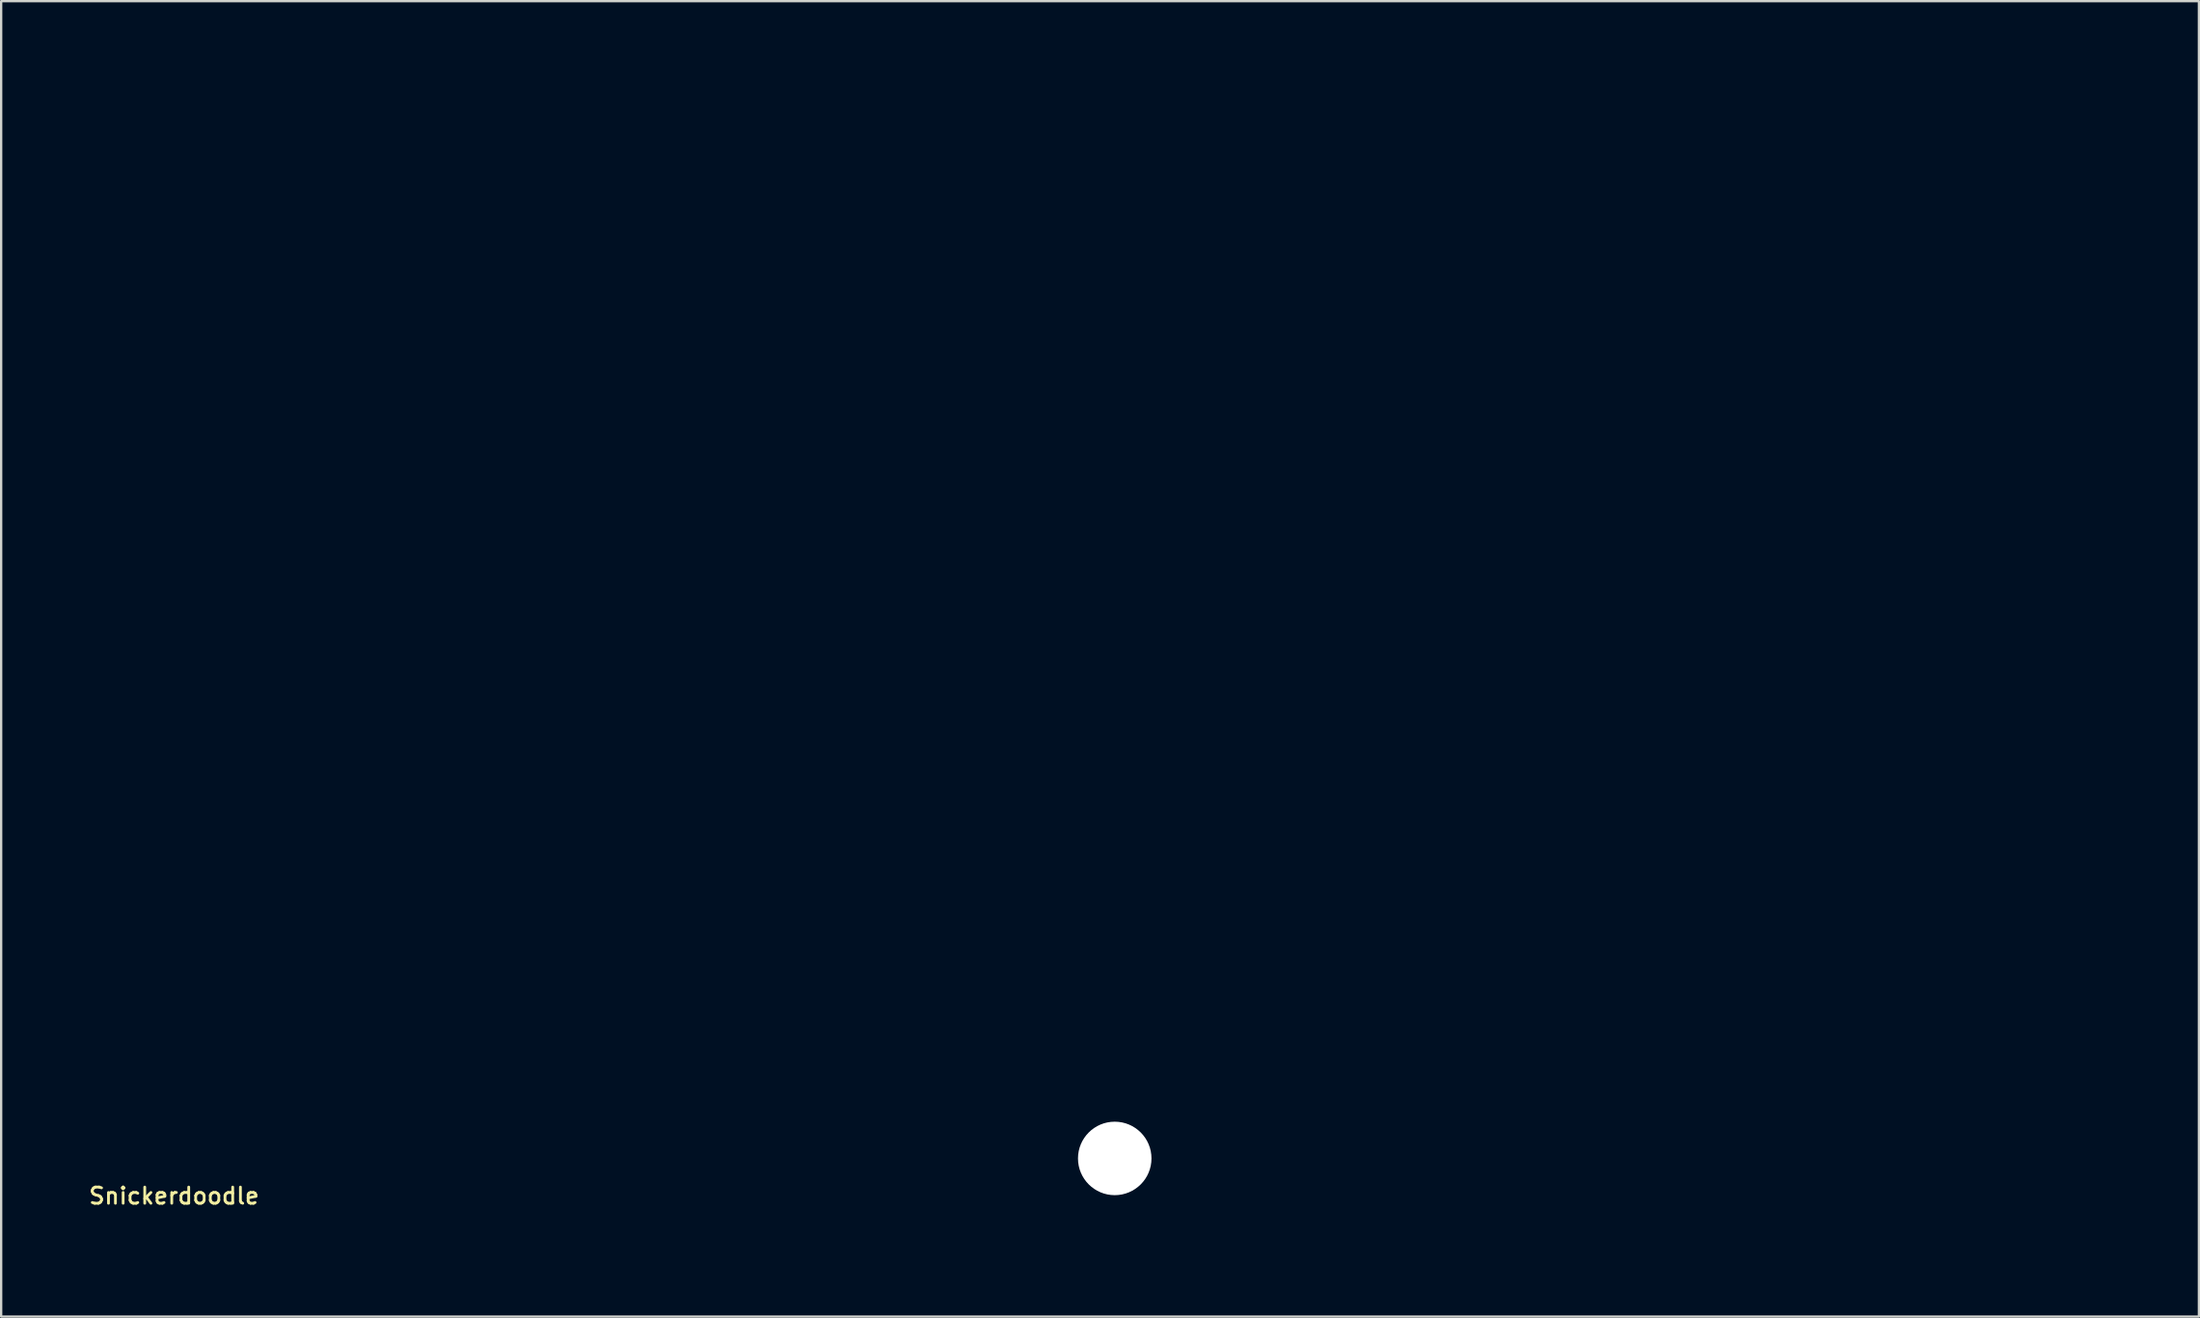
<source format=kicad_pcb>
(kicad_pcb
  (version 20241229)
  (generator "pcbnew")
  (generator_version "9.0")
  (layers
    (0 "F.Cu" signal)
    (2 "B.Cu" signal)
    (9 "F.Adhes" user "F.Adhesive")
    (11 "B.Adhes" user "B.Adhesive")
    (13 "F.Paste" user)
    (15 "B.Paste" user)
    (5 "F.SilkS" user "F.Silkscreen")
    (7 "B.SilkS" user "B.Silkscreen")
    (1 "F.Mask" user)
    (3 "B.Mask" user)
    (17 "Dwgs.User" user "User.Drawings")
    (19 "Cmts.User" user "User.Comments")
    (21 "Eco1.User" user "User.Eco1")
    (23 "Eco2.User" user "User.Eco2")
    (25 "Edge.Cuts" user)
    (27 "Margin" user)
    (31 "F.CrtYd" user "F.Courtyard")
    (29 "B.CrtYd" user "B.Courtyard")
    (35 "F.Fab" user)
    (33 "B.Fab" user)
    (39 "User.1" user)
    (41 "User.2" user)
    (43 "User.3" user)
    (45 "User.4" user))
  (footprint "Snickerdoodle"
    (layer "F.Cu")
    (at 4.47 48.285)
    (property "Reference" "Snickerdoodle" (at 0 0.35 0) (layer "F.SilkS") (effects (font (size 0.7 0.7) (thickness 0.12))))
    (attr exclude_from_pos_files exclude_from_bom)
    (fp_line (start -4.445 -48.26) (end -4.445 2.54) (stroke (width 0.05) (type solid)) (layer "Eco1.User"))
    (fp_line (start -4.445 2.54) (end 84.455 2.54) (stroke (width 0.05) (type solid)) (layer "Eco1.User"))
    (fp_line (start -0.635 -46.355) (end -0.635 -43.815) (stroke (width 0.05) (type solid)) (layer "Eco1.User"))
    (fp_line (start -0.635 -9.525) (end 24.765 -9.525) (stroke (width 0.05) (type solid)) (layer "Eco1.User"))
    (fp_line (start -0.635 -6.985) (end -0.635 -9.525) (stroke (width 0.05) (type solid)) (layer "Eco1.User"))
    (fp_line (start -0.635 -6.985) (end 24.765 -6.985) (stroke (width 0.05) (type solid)) (layer "Eco1.User"))
    (fp_line (start -0.635 -1.905) (end 24.765 -1.905) (stroke (width 0.05) (type solid)) (layer "Eco1.User"))
    (fp_line (start -0.635 0.635) (end -0.635 -1.905) (stroke (width 0.05) (type solid)) (layer "Eco1.User"))
    (fp_line (start -0.635 0.635) (end 24.765 0.635) (stroke (width 0.05) (type solid)) (layer "Eco1.User"))
    (fp_line (start -0.5 -7.62) (end 0 -7.62) (stroke (width 0.05) (type solid)) (layer "Eco1.User"))
    (fp_line (start -0.5 0) (end 0 0) (stroke (width 0.05) (type solid)) (layer "Eco1.User"))
    (fp_line (start 0 -8.12) (end 0 -7.62) (stroke (width 0.05) (type solid)) (layer "Eco1.User"))
    (fp_line (start 0 -7.12) (end 0 -7.62) (stroke (width 0.05) (type solid)) (layer "Eco1.User"))
    (fp_line (start 0 -0.5) (end 0 0) (stroke (width 0.05) (type solid)) (layer "Eco1.User"))
    (fp_line (start 0 0.5) (end 0 0) (stroke (width 0.05) (type solid)) (layer "Eco1.User"))
    (fp_line (start 0.5 -7.62) (end 0 -7.62) (stroke (width 0.05) (type solid)) (layer "Eco1.User"))
    (fp_line (start 0.5 0) (end 0 0) (stroke (width 0.05) (type solid)) (layer "Eco1.User"))
    (fp_line (start 8.39 -45.085) (end 8.89 -45.085) (stroke (width 0.05) (type solid)) (layer "Eco1.User"))
    (fp_line (start 8.89 -45.585) (end 8.89 -45.085) (stroke (width 0.05) (type solid)) (layer "Eco1.User"))
    (fp_line (start 8.89 -44.585) (end 8.89 -45.085) (stroke (width 0.05) (type solid)) (layer "Eco1.User"))
    (fp_line (start 9.39 -45.085) (end 8.89 -45.085) (stroke (width 0.05) (type solid)) (layer "Eco1.User"))
    (fp_line (start 11.565 -8.255) (end 12.065 -8.255) (stroke (width 0.05) (type solid)) (layer "Eco1.User"))
    (fp_line (start 11.565 -0.635) (end 12.065 -0.635) (stroke (width 0.05) (type solid)) (layer "Eco1.User"))
    (fp_line (start 12.065 -8.755) (end 12.065 -8.255) (stroke (width 0.05) (type solid)) (layer "Eco1.User"))
    (fp_line (start 12.065 -7.755) (end 12.065 -8.255) (stroke (width 0.05) (type solid)) (layer "Eco1.User"))
    (fp_line (start 12.065 -1.135) (end 12.065 -0.635) (stroke (width 0.05) (type solid)) (layer "Eco1.User"))
    (fp_line (start 12.065 -0.135) (end 12.065 -0.635) (stroke (width 0.05) (type solid)) (layer "Eco1.User"))
    (fp_line (start 12.565 -8.255) (end 12.065 -8.255) (stroke (width 0.05) (type solid)) (layer "Eco1.User"))
    (fp_line (start 12.565 -0.635) (end 12.065 -0.635) (stroke (width 0.05) (type solid)) (layer "Eco1.User"))
    (fp_line (start 17.28 -45.72) (end 17.78 -45.72) (stroke (width 0.05) (type solid)) (layer "Eco1.User"))
    (fp_line (start 17.78 -46.22) (end 17.78 -45.72) (stroke (width 0.05) (type solid)) (layer "Eco1.User"))
    (fp_line (start 17.78 -45.22) (end 17.78 -45.72) (stroke (width 0.05) (type solid)) (layer "Eco1.User"))
    (fp_line (start 18.28 -45.72) (end 17.78 -45.72) (stroke (width 0.05) (type solid)) (layer "Eco1.User"))
    (fp_line (start 18.415 -46.355) (end -0.635 -46.355) (stroke (width 0.05) (type solid)) (layer "Eco1.User"))
    (fp_line (start 18.415 -46.355) (end 18.415 -43.815) (stroke (width 0.05) (type solid)) (layer "Eco1.User"))
    (fp_line (start 18.415 -43.815) (end -0.635 -43.815) (stroke (width 0.05) (type solid)) (layer "Eco1.User"))
    (fp_line (start 24.765 -6.985) (end 24.765 -9.525) (stroke (width 0.05) (type solid)) (layer "Eco1.User"))
    (fp_line (start 24.765 0.635) (end 24.765 -1.905) (stroke (width 0.05) (type solid)) (layer "Eco1.User"))
    (fp_line (start 55.245 -46.355) (end 55.245 -43.815) (stroke (width 0.05) (type solid)) (layer "Eco1.User"))
    (fp_line (start 55.245 -38.735) (end 55.245 -36.195) (stroke (width 0.05) (type solid)) (layer "Eco1.User"))
    (fp_line (start 55.245 -9.525) (end 80.645 -9.525) (stroke (width 0.05) (type solid)) (layer "Eco1.User"))
    (fp_line (start 55.245 -6.985) (end 55.245 -9.525) (stroke (width 0.05) (type solid)) (layer "Eco1.User"))
    (fp_line (start 55.245 -6.985) (end 80.645 -6.985) (stroke (width 0.05) (type solid)) (layer "Eco1.User"))
    (fp_line (start 55.245 -1.905) (end 80.645 -1.905) (stroke (width 0.05) (type solid)) (layer "Eco1.User"))
    (fp_line (start 55.245 0.635) (end 55.245 -1.905) (stroke (width 0.05) (type solid)) (layer "Eco1.User"))
    (fp_line (start 55.245 0.635) (end 80.645 0.635) (stroke (width 0.05) (type solid)) (layer "Eco1.User"))
    (fp_line (start 55.38 -7.62) (end 55.88 -7.62) (stroke (width 0.05) (type solid)) (layer "Eco1.User"))
    (fp_line (start 55.38 0) (end 55.88 0) (stroke (width 0.05) (type solid)) (layer "Eco1.User"))
    (fp_line (start 55.88 -8.12) (end 55.88 -7.62) (stroke (width 0.05) (type solid)) (layer "Eco1.User"))
    (fp_line (start 55.88 -7.12) (end 55.88 -7.62) (stroke (width 0.05) (type solid)) (layer "Eco1.User"))
    (fp_line (start 55.88 -0.5) (end 55.88 0) (stroke (width 0.05) (type solid)) (layer "Eco1.User"))
    (fp_line (start 55.88 0.5) (end 55.88 0) (stroke (width 0.05) (type solid)) (layer "Eco1.User"))
    (fp_line (start 56.38 -7.62) (end 55.88 -7.62) (stroke (width 0.05) (type solid)) (layer "Eco1.User"))
    (fp_line (start 56.38 0) (end 55.88 0) (stroke (width 0.05) (type solid)) (layer "Eco1.User"))
    (fp_line (start 67.445 -45.085) (end 67.945 -45.085) (stroke (width 0.05) (type solid)) (layer "Eco1.User"))
    (fp_line (start 67.445 -37.465) (end 67.945 -37.465) (stroke (width 0.05) (type solid)) (layer "Eco1.User"))
    (fp_line (start 67.445 -8.255) (end 67.945 -8.255) (stroke (width 0.05) (type solid)) (layer "Eco1.User"))
    (fp_line (start 67.445 -0.635) (end 67.945 -0.635) (stroke (width 0.05) (type solid)) (layer "Eco1.User"))
    (fp_line (start 67.945 -45.585) (end 67.945 -45.085) (stroke (width 0.05) (type solid)) (layer "Eco1.User"))
    (fp_line (start 67.945 -44.585) (end 67.945 -45.085) (stroke (width 0.05) (type solid)) (layer "Eco1.User"))
    (fp_line (start 67.945 -37.965) (end 67.945 -37.465) (stroke (width 0.05) (type solid)) (layer "Eco1.User"))
    (fp_line (start 67.945 -36.965) (end 67.945 -37.465) (stroke (width 0.05) (type solid)) (layer "Eco1.User"))
    (fp_line (start 67.945 -8.755) (end 67.945 -8.255) (stroke (width 0.05) (type solid)) (layer "Eco1.User"))
    (fp_line (start 67.945 -7.755) (end 67.945 -8.255) (stroke (width 0.05) (type solid)) (layer "Eco1.User"))
    (fp_line (start 67.945 -1.135) (end 67.945 -0.635) (stroke (width 0.05) (type solid)) (layer "Eco1.User"))
    (fp_line (start 67.945 -0.135) (end 67.945 -0.635) (stroke (width 0.05) (type solid)) (layer "Eco1.User"))
    (fp_line (start 68.445 -45.085) (end 67.945 -45.085) (stroke (width 0.05) (type solid)) (layer "Eco1.User"))
    (fp_line (start 68.445 -37.465) (end 67.945 -37.465) (stroke (width 0.05) (type solid)) (layer "Eco1.User"))
    (fp_line (start 68.445 -8.255) (end 67.945 -8.255) (stroke (width 0.05) (type solid)) (layer "Eco1.User"))
    (fp_line (start 68.445 -0.635) (end 67.945 -0.635) (stroke (width 0.05) (type solid)) (layer "Eco1.User"))
    (fp_line (start 79.51 -45.72) (end 80.01 -45.72) (stroke (width 0.05) (type solid)) (layer "Eco1.User"))
    (fp_line (start 79.51 -38.1) (end 80.01 -38.1) (stroke (width 0.05) (type solid)) (layer "Eco1.User"))
    (fp_line (start 80.01 -46.22) (end 80.01 -45.72) (stroke (width 0.05) (type solid)) (layer "Eco1.User"))
    (fp_line (start 80.01 -45.22) (end 80.01 -45.72) (stroke (width 0.05) (type solid)) (layer "Eco1.User"))
    (fp_line (start 80.01 -38.6) (end 80.01 -38.1) (stroke (width 0.05) (type solid)) (layer "Eco1.User"))
    (fp_line (start 80.01 -37.6) (end 80.01 -38.1) (stroke (width 0.05) (type solid)) (layer "Eco1.User"))
    (fp_line (start 80.51 -45.72) (end 80.01 -45.72) (stroke (width 0.05) (type solid)) (layer "Eco1.User"))
    (fp_line (start 80.51 -38.1) (end 80.01 -38.1) (stroke (width 0.05) (type solid)) (layer "Eco1.User"))
    (fp_line (start 80.645 -46.355) (end 55.245 -46.355) (stroke (width 0.05) (type solid)) (layer "Eco1.User"))
    (fp_line (start 80.645 -46.355) (end 80.645 -43.815) (stroke (width 0.05) (type solid)) (layer "Eco1.User"))
    (fp_line (start 80.645 -43.815) (end 55.245 -43.815) (stroke (width 0.05) (type solid)) (layer "Eco1.User"))
    (fp_line (start 80.645 -38.735) (end 55.245 -38.735) (stroke (width 0.05) (type solid)) (layer "Eco1.User"))
    (fp_line (start 80.645 -38.735) (end 80.645 -36.195) (stroke (width 0.05) (type solid)) (layer "Eco1.User"))
    (fp_line (start 80.645 -36.195) (end 55.245 -36.195) (stroke (width 0.05) (type solid)) (layer "Eco1.User"))
    (fp_line (start 80.645 -6.985) (end 80.645 -9.525) (stroke (width 0.05) (type solid)) (layer "Eco1.User"))
    (fp_line (start 80.645 0.635) (end 80.645 -1.905) (stroke (width 0.05) (type solid)) (layer "Eco1.User"))
    (fp_line (start 84.455 -48.26) (end -4.445 -48.26) (stroke (width 0.05) (type solid)) (layer "Eco1.User"))
    (fp_line (start 84.455 2.54) (end 84.455 -48.26) (stroke (width 0.05) (type solid)) (layer "Eco1.User"))
    (fp_text user "JC1" (at 67.945 -34.925 0) (layer "Eco1.User") (effects (font (size 1 1) (thickness 0.05))))
    (fp_text user "J3" (at 67.945 -42.545 0) (layer "Eco1.User") (effects (font (size 1 1) (thickness 0.05))))
    (fp_text user "Snickerdoodle" (at 38.735 -46.355 0) (layer "Eco1.User") (effects (font (size 1 1) (thickness 0.05))))
    (fp_text user "JA1" (at 67.945 -3.175 0) (layer "Eco1.User") (effects (font (size 1 1) (thickness 0.05))))
    (fp_text user "JB1" (at 12.065 -3.175 0) (layer "Eco1.User") (effects (font (size 1 1) (thickness 0.05))))
    (fp_text user "JA2" (at 67.945 -10.795 0) (layer "Eco1.User") (effects (font (size 1 1) (thickness 0.05))))
    (fp_text user "JB2" (at 12.065 -10.795 0) (layer "Eco1.User") (effects (font (size 1 1) (thickness 0.05))))
    (fp_text user "J2" (at 8.89 -42.545 0) (layer "Eco1.User") (effects (font (size 1 1) (thickness 0.05))))
    (pad "" np_thru_hole circle (at 40.64 -1.27) (size 3.175 3.175) (drill 3.175) (layers "*.Cu" "*.Mask")))
  (gr_rect
    (start -3 -3)
    (end 91.95 53.85)
    (stroke (width 0.1) (type default))
    (fill no)
    (layer "Edge.Cuts")))
</source>
